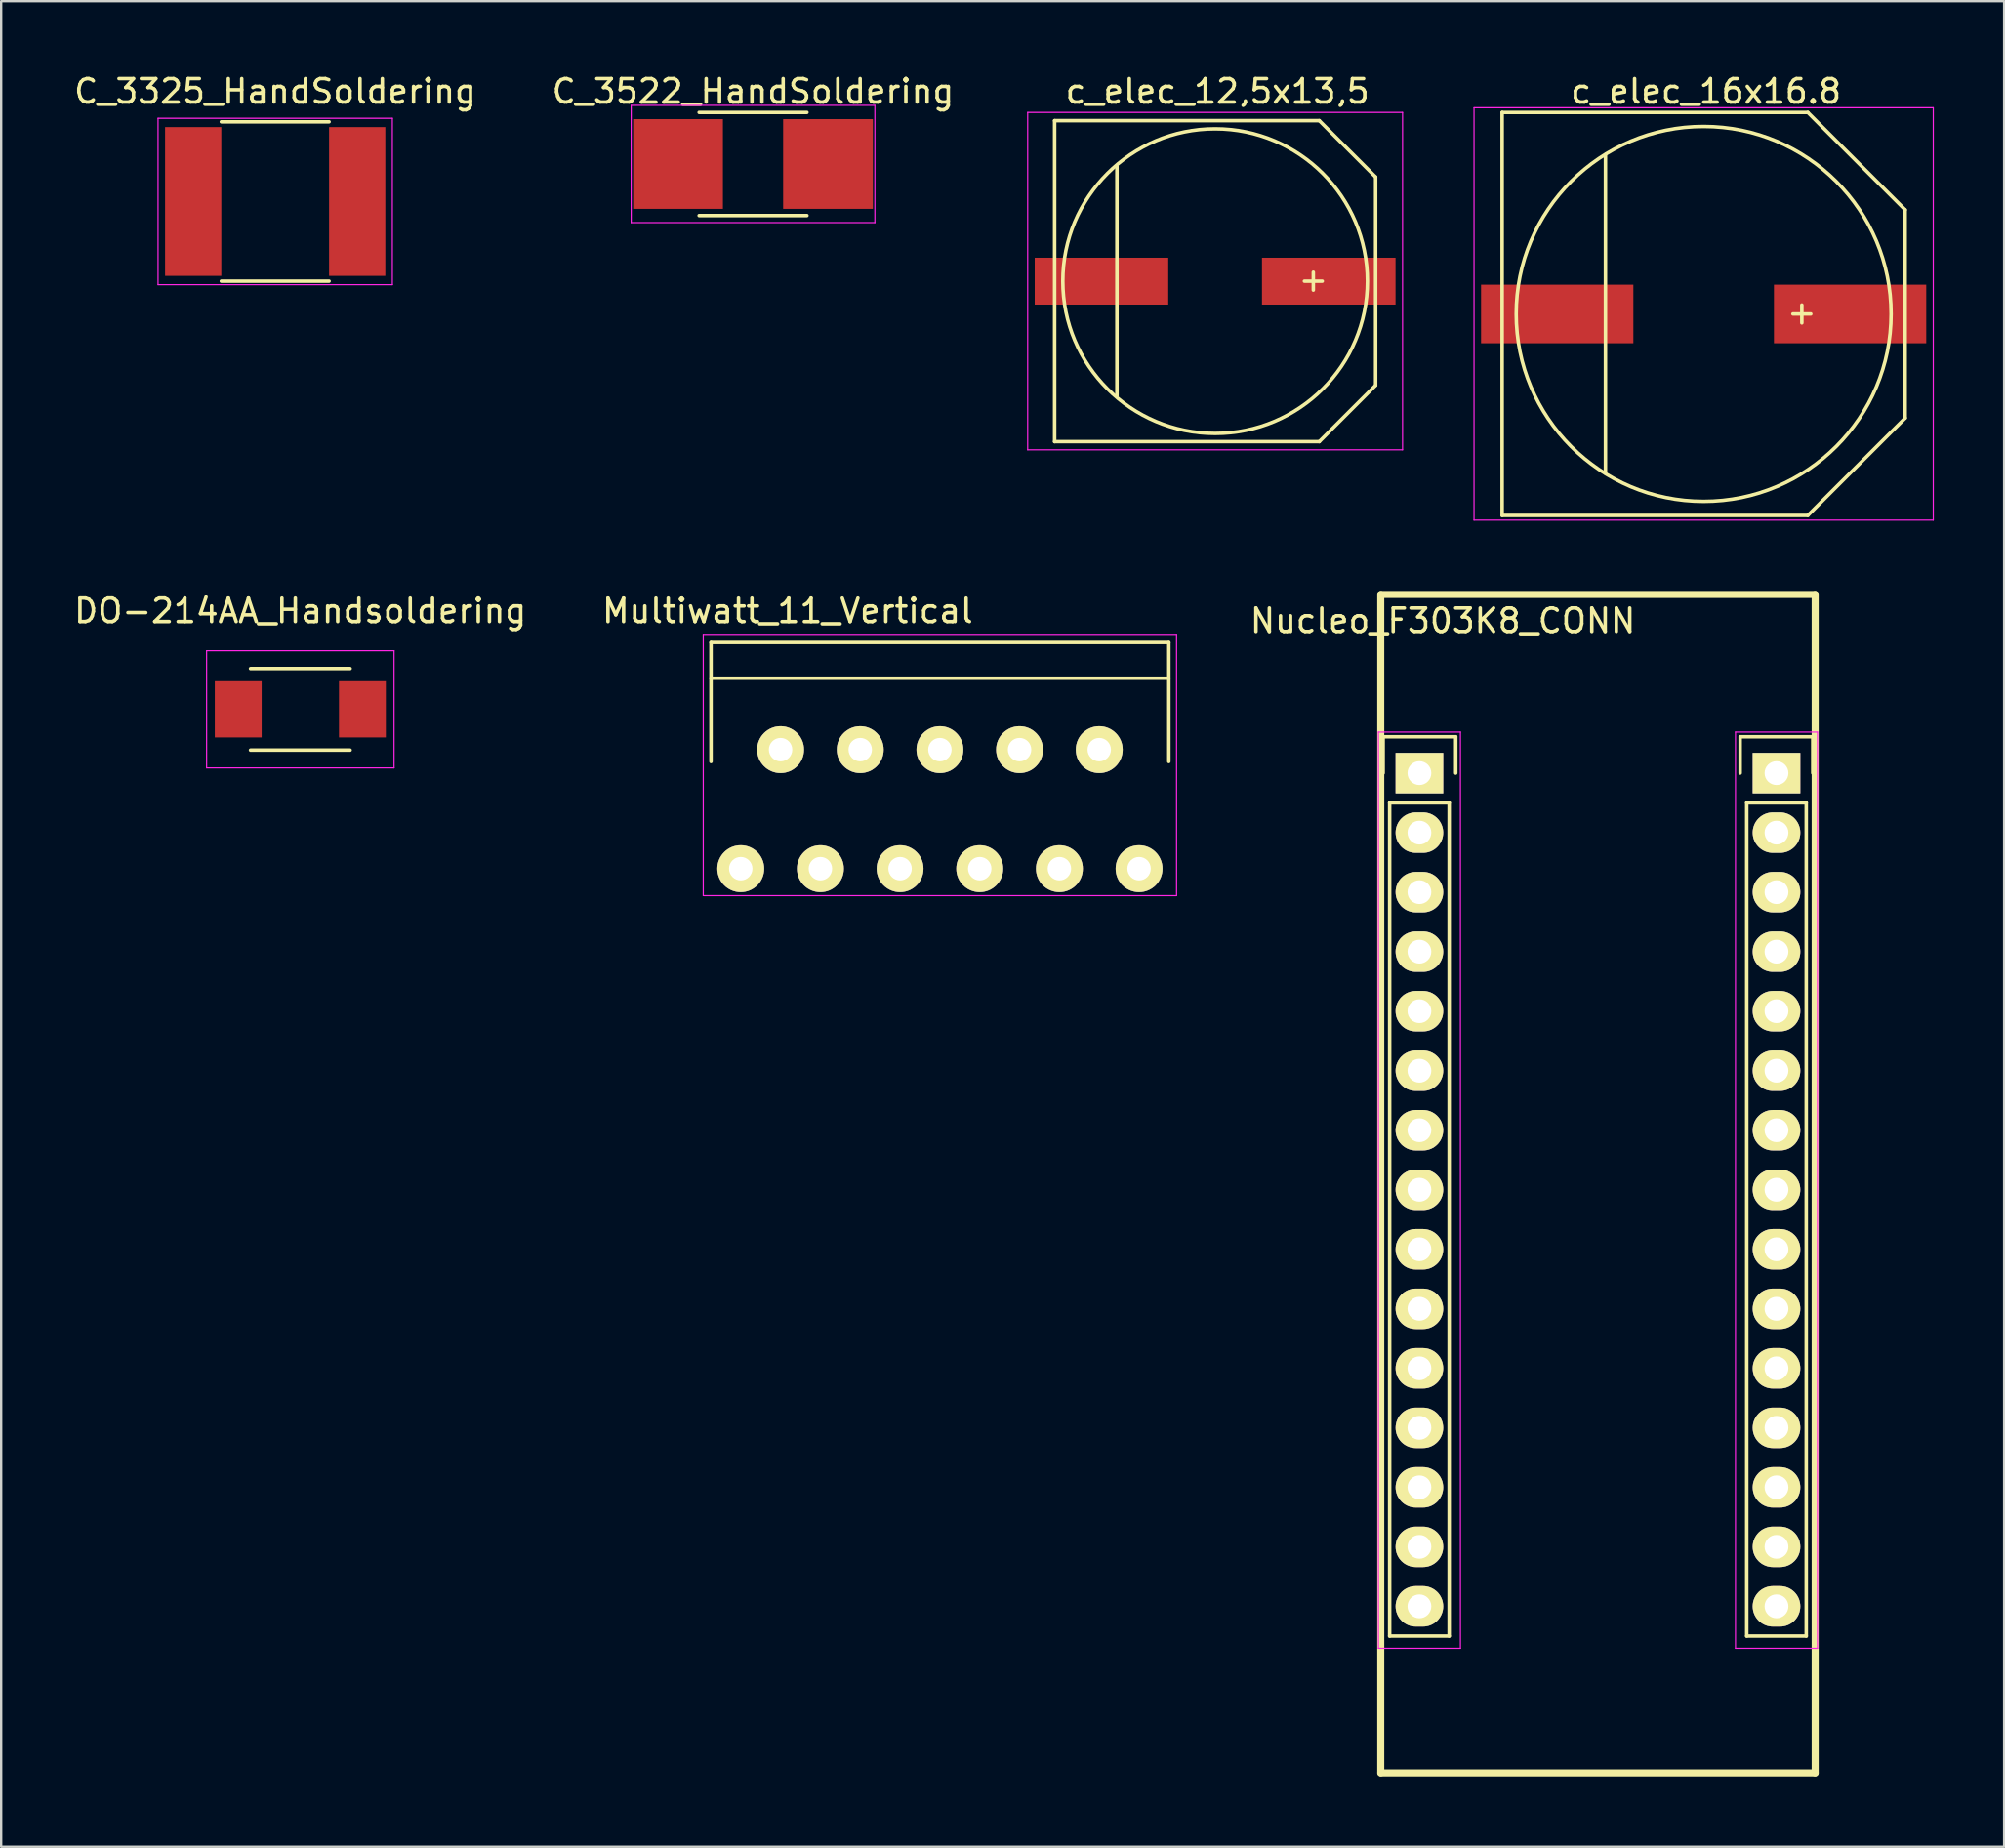
<source format=kicad_pcb>
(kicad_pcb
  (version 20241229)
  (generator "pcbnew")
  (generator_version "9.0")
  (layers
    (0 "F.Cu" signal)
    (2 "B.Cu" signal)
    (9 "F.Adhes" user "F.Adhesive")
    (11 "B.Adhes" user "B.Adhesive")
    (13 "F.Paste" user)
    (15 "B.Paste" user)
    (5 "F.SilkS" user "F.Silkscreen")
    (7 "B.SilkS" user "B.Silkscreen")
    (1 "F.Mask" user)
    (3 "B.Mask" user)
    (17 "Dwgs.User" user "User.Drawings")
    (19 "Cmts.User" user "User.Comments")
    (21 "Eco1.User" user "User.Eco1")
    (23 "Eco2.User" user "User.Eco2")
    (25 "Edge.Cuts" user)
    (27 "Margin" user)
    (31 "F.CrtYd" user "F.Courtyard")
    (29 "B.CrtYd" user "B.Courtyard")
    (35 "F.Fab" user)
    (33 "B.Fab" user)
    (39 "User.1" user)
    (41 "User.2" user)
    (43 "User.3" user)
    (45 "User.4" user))
  (footprint "C_3522_HandSoldering"
    (layer "F.Cu")
    (at 29.089 3.948)
    (property "Reference" "C_3522_HandSoldering" (at 0 -3.1 0) (layer "F.SilkS") (effects (font (size 1 1) (thickness 0.15))))
    (attr smd)
    (fp_line (start -2.3 2.2) (end 2.3 2.2) (stroke (width 0.15) (type solid)) (layer "F.SilkS"))
    (fp_line (start 2.3 -2.2) (end -2.3 -2.2) (stroke (width 0.15) (type solid)) (layer "F.SilkS"))
    (fp_line (start -5.2 -2.5) (end -5.2 2.5) (stroke (width 0.05) (type solid)) (layer "F.CrtYd"))
    (fp_line (start -5.2 -2.5) (end 5.2 -2.5) (stroke (width 0.05) (type solid)) (layer "F.CrtYd"))
    (fp_line (start -5.2 2.5) (end 5.2 2.5) (stroke (width 0.05) (type solid)) (layer "F.CrtYd"))
    (fp_line (start 5.2 -2.5) (end 5.2 2.5) (stroke (width 0.05) (type solid)) (layer "F.CrtYd"))
    (pad "1" smd rect (at -3.2 0) (size 3.83 3.83) (layers "F.Cu" "F.Mask" "F.Paste"))
    (pad "2" smd rect (at 3.2 0) (size 3.83 3.83) (layers "F.Cu" "F.Mask" "F.Paste")))
  (footprint "c_elec_16x16.8"
    (layer "F.Cu")
    (at 69.661 10.348)
    (property "Reference" "c_elec_16x16.8" (at 0.1 -9.5 0) (layer "F.SilkS") (effects (font (size 1 1) (thickness 0.15))))
    (attr smd)
    (fp_line (start -8.6 -8.6) (end -8.6 8.6) (stroke (width 0.15) (type solid)) (layer "F.SilkS"))
    (fp_line (start -8.6 8.6) (end 4.445 8.6) (stroke (width 0.15) (type solid)) (layer "F.SilkS"))
    (fp_line (start -4.191 -6.8) (end -4.191 6.8) (stroke (width 0.15) (type solid)) (layer "F.SilkS"))
    (fp_line (start 4.191 -0.381) (end 4.191 0.381) (stroke (width 0.15) (type solid)) (layer "F.SilkS"))
    (fp_line (start 4.445 -8.6) (end -8.6 -8.6) (stroke (width 0.15) (type solid)) (layer "F.SilkS"))
    (fp_line (start 4.445 8.6) (end 8.6 4.445) (stroke (width 0.15) (type solid)) (layer "F.SilkS"))
    (fp_line (start 4.572 0) (end 3.81 0) (stroke (width 0.15) (type solid)) (layer "F.SilkS"))
    (fp_line (start 8.6 -4.445) (end 4.445 -8.6) (stroke (width 0.15) (type solid)) (layer "F.SilkS"))
    (fp_line (start 8.6 4.445) (end 8.6 -4.445) (stroke (width 0.15) (type solid)) (layer "F.SilkS"))
    (fp_circle (center 0 0) (end 8 0) (stroke (width 0.15) (type solid)) (fill no) (layer "F.SilkS"))
    (fp_line (start -9.8 -8.8) (end 9.8 -8.8) (stroke (width 0.05) (type solid)) (layer "F.CrtYd"))
    (fp_line (start -9.8 8.8) (end -9.8 -8.8) (stroke (width 0.05) (type solid)) (layer "F.CrtYd"))
    (fp_line (start 9.8 -8.8) (end 9.8 8.8) (stroke (width 0.05) (type solid)) (layer "F.CrtYd"))
    (fp_line (start 9.8 8.8) (end -9.8 8.8) (stroke (width 0.05) (type solid)) (layer "F.CrtYd"))
    (pad "1" smd rect (at 6.25 0) (size 6.5 2.5) (layers "F.Cu" "F.Mask" "F.Paste"))
    (pad "2" smd rect (at -6.25 0) (size 6.5 2.5) (layers "F.Cu" "F.Mask" "F.Paste")))
  (footprint "Nucleo_F303K8_CONN"
    (layer "F.Cu")
    (at 57.53 29.943)
    (property "Reference" "Nucleo_F303K8_CONN" (at 1 -6.5 0) (layer "F.SilkS") (effects (font (size 1 1) (thickness 0.15))))
    (attr through_hole)
    (fp_line (start -1.65 -7.62) (end 16.89 -7.62) (stroke (width 0.3) (type solid)) (layer "F.SilkS"))
    (fp_line (start -1.65 42.67) (end -1.65 -7.62) (stroke (width 0.3) (type solid)) (layer "F.SilkS"))
    (fp_line (start -1.65 42.67) (end 16.89 42.67) (stroke (width 0.3) (type solid)) (layer "F.SilkS"))
    (fp_line (start -1.55 -1.55) (end 1.55 -1.55) (stroke (width 0.15) (type solid)) (layer "F.SilkS"))
    (fp_line (start -1.55 0) (end -1.55 -1.55) (stroke (width 0.15) (type solid)) (layer "F.SilkS"))
    (fp_line (start -1.27 1.27) (end -1.27 36.83) (stroke (width 0.15) (type solid)) (layer "F.SilkS"))
    (fp_line (start -1.27 36.83) (end 1.27 36.83) (stroke (width 0.15) (type solid)) (layer "F.SilkS"))
    (fp_line (start 1.27 1.27) (end -1.27 1.27) (stroke (width 0.15) (type solid)) (layer "F.SilkS"))
    (fp_line (start 1.27 36.83) (end 1.27 1.27) (stroke (width 0.15) (type solid)) (layer "F.SilkS"))
    (fp_line (start 1.55 -1.55) (end 1.55 0) (stroke (width 0.15) (type solid)) (layer "F.SilkS"))
    (fp_line (start 13.69 -1.55) (end 16.79 -1.55) (stroke (width 0.15) (type solid)) (layer "F.SilkS"))
    (fp_line (start 13.69 0) (end 13.69 -1.55) (stroke (width 0.15) (type solid)) (layer "F.SilkS"))
    (fp_line (start 13.97 1.27) (end 13.97 36.83) (stroke (width 0.15) (type solid)) (layer "F.SilkS"))
    (fp_line (start 13.97 36.83) (end 16.51 36.83) (stroke (width 0.15) (type solid)) (layer "F.SilkS"))
    (fp_line (start 16.51 1.27) (end 13.97 1.27) (stroke (width 0.15) (type solid)) (layer "F.SilkS"))
    (fp_line (start 16.51 36.83) (end 16.51 1.27) (stroke (width 0.15) (type solid)) (layer "F.SilkS"))
    (fp_line (start 16.79 -1.55) (end 16.79 0) (stroke (width 0.15) (type solid)) (layer "F.SilkS"))
    (fp_line (start 16.89 42.67) (end 16.89 -7.62) (stroke (width 0.3) (type solid)) (layer "F.SilkS"))
    (fp_line (start -1.75 -1.75) (end -1.75 37.35) (stroke (width 0.05) (type solid)) (layer "F.CrtYd"))
    (fp_line (start -1.75 -1.75) (end 1.75 -1.75) (stroke (width 0.05) (type solid)) (layer "F.CrtYd"))
    (fp_line (start -1.75 37.35) (end 1.75 37.35) (stroke (width 0.05) (type solid)) (layer "F.CrtYd"))
    (fp_line (start 1.75 -1.75) (end 1.75 37.35) (stroke (width 0.05) (type solid)) (layer "F.CrtYd"))
    (fp_line (start 13.49 -1.75) (end 13.49 37.35) (stroke (width 0.05) (type solid)) (layer "F.CrtYd"))
    (fp_line (start 13.49 -1.75) (end 16.99 -1.75) (stroke (width 0.05) (type solid)) (layer "F.CrtYd"))
    (fp_line (start 13.49 37.35) (end 16.99 37.35) (stroke (width 0.05) (type solid)) (layer "F.CrtYd"))
    (fp_line (start 16.99 -1.75) (end 16.99 37.35) (stroke (width 0.05) (type solid)) (layer "F.CrtYd"))
    (pad "1" thru_hole rect (at 0 0) (size 2.032 1.727) (drill 1.016) (layers "*.Cu" "*.Mask" "F.SilkS"))
    (pad "2" thru_hole rect (at 15.24 0) (size 2.032 1.727) (drill 1.016) (layers "*.Cu" "*.Mask" "F.SilkS"))
    (pad "3" thru_hole oval (at 0 2.54) (size 2.032 1.727) (drill 1.016) (layers "*.Cu" "*.Mask" "F.SilkS"))
    (pad "4" thru_hole oval (at 15.24 2.54) (size 2.032 1.727) (drill 1.016) (layers "*.Cu" "*.Mask" "F.SilkS"))
    (pad "5" thru_hole oval (at 0 5.08) (size 2.032 1.727) (drill 1.016) (layers "*.Cu" "*.Mask" "F.SilkS"))
    (pad "6" thru_hole oval (at 15.24 5.08) (size 2.032 1.727) (drill 1.016) (layers "*.Cu" "*.Mask" "F.SilkS"))
    (pad "7" thru_hole oval (at 0 7.62) (size 2.032 1.727) (drill 1.016) (layers "*.Cu" "*.Mask" "F.SilkS"))
    (pad "8" thru_hole oval (at 15.24 7.62) (size 2.032 1.727) (drill 1.016) (layers "*.Cu" "*.Mask" "F.SilkS"))
    (pad "9" thru_hole oval (at 0 10.16) (size 2.032 1.727) (drill 1.016) (layers "*.Cu" "*.Mask" "F.SilkS"))
    (pad "10" thru_hole oval (at 15.24 10.16) (size 2.032 1.727) (drill 1.016) (layers "*.Cu" "*.Mask" "F.SilkS"))
    (pad "11" thru_hole oval (at 0 12.7) (size 2.032 1.727) (drill 1.016) (layers "*.Cu" "*.Mask" "F.SilkS"))
    (pad "12" thru_hole oval (at 15.24 12.7) (size 2.032 1.727) (drill 1.016) (layers "*.Cu" "*.Mask" "F.SilkS"))
    (pad "13" thru_hole oval (at 0 15.24) (size 2.032 1.727) (drill 1.016) (layers "*.Cu" "*.Mask" "F.SilkS"))
    (pad "14" thru_hole oval (at 15.24 15.24) (size 2.032 1.727) (drill 1.016) (layers "*.Cu" "*.Mask" "F.SilkS"))
    (pad "15" thru_hole oval (at 0 17.78) (size 2.032 1.727) (drill 1.016) (layers "*.Cu" "*.Mask" "F.SilkS"))
    (pad "16" thru_hole oval (at 15.24 17.78) (size 2.032 1.727) (drill 1.016) (layers "*.Cu" "*.Mask" "F.SilkS"))
    (pad "17" thru_hole oval (at 0 20.32) (size 2.032 1.727) (drill 1.016) (layers "*.Cu" "*.Mask" "F.SilkS"))
    (pad "18" thru_hole oval (at 15.24 20.32) (size 2.032 1.727) (drill 1.016) (layers "*.Cu" "*.Mask" "F.SilkS"))
    (pad "19" thru_hole oval (at 0 22.86) (size 2.032 1.727) (drill 1.016) (layers "*.Cu" "*.Mask" "F.SilkS"))
    (pad "20" thru_hole oval (at 15.24 22.86) (size 2.032 1.727) (drill 1.016) (layers "*.Cu" "*.Mask" "F.SilkS"))
    (pad "21" thru_hole oval (at 0 25.4) (size 2.032 1.727) (drill 1.016) (layers "*.Cu" "*.Mask" "F.SilkS"))
    (pad "22" thru_hole oval (at 15.24 25.4) (size 2.032 1.727) (drill 1.016) (layers "*.Cu" "*.Mask" "F.SilkS"))
    (pad "23" thru_hole oval (at 0 27.94) (size 2.032 1.727) (drill 1.016) (layers "*.Cu" "*.Mask" "F.SilkS"))
    (pad "24" thru_hole oval (at 15.24 27.94) (size 2.032 1.727) (drill 1.016) (layers "*.Cu" "*.Mask" "F.SilkS"))
    (pad "25" thru_hole oval (at 0 30.48) (size 2.032 1.727) (drill 1.016) (layers "*.Cu" "*.Mask" "F.SilkS"))
    (pad "26" thru_hole oval (at 15.24 30.48) (size 2.032 1.727) (drill 1.016) (layers "*.Cu" "*.Mask" "F.SilkS"))
    (pad "27" thru_hole oval (at 0 33.02) (size 2.032 1.727) (drill 1.016) (layers "*.Cu" "*.Mask" "F.SilkS"))
    (pad "28" thru_hole oval (at 15.24 33.02) (size 2.032 1.727) (drill 1.016) (layers "*.Cu" "*.Mask" "F.SilkS"))
    (pad "29" thru_hole oval (at 0 35.56) (size 2.032 1.727) (drill 1.016) (layers "*.Cu" "*.Mask" "F.SilkS"))
    (pad "30" thru_hole oval (at 15.24 35.56) (size 2.032 1.727) (drill 1.016) (layers "*.Cu" "*.Mask" "F.SilkS")))
  (footprint "Multiwatt_11_Vertical"
    (layer "F.Cu")
    (at 28.565 34.022)
    (property "Reference" "Multiwatt_11_Vertical" (at 2 -11 0) (layer "F.SilkS") (effects (font (size 1 1) (thickness 0.15))))
    (attr through_hole)
    (fp_line (start -1.27 -9.652) (end -1.27 -4.572) (stroke (width 0.15) (type solid)) (layer "F.SilkS"))
    (fp_line (start -1.27 -9.652) (end 18.27 -9.652) (stroke (width 0.15) (type solid)) (layer "F.SilkS"))
    (fp_line (start 18.27 -9.652) (end 18.27 -4.572) (stroke (width 0.15) (type solid)) (layer "F.SilkS"))
    (fp_line (start 18.27 -8.128) (end -1.27 -8.128) (stroke (width 0.15) (type solid)) (layer "F.SilkS"))
    (fp_line (start -1.6 -10) (end 18.6 -10) (stroke (width 0.05) (type solid)) (layer "F.CrtYd"))
    (fp_line (start -1.6 1.15) (end -1.6 -10) (stroke (width 0.05) (type solid)) (layer "F.CrtYd"))
    (fp_line (start 18.6 -10) (end 18.6 1.15) (stroke (width 0.05) (type solid)) (layer "F.CrtYd"))
    (fp_line (start 18.6 1.15) (end -1.6 1.15) (stroke (width 0.05) (type solid)) (layer "F.CrtYd"))
    (pad "1" thru_hole oval (at 0 0) (size 2 2) (drill 1) (layers "*.Cu" "*.Mask" "F.SilkS"))
    (pad "2" thru_hole oval (at 1.7 -5.08) (size 2 2) (drill 1) (layers "*.Cu" "*.Mask" "F.SilkS"))
    (pad "3" thru_hole oval (at 3.4 0) (size 2 2) (drill 1) (layers "*.Cu" "*.Mask" "F.SilkS"))
    (pad "4" thru_hole oval (at 5.1 -5.08) (size 2 2) (drill 1) (layers "*.Cu" "*.Mask" "F.SilkS"))
    (pad "5" thru_hole oval (at 6.8 0) (size 2 2) (drill 1) (layers "*.Cu" "*.Mask" "F.SilkS"))
    (pad "6" thru_hole oval (at 8.5 -5.08) (size 2 2) (drill 1) (layers "*.Cu" "*.Mask" "F.SilkS"))
    (pad "7" thru_hole oval (at 10.2 0) (size 2 2) (drill 1) (layers "*.Cu" "*.Mask" "F.SilkS"))
    (pad "8" thru_hole oval (at 11.9 -5.08) (size 2 2) (drill 1) (layers "*.Cu" "*.Mask" "F.SilkS"))
    (pad "9" thru_hole oval (at 13.6 0) (size 2 2) (drill 1) (layers "*.Cu" "*.Mask" "F.SilkS"))
    (pad "10" thru_hole oval (at 15.3 -5.08) (size 2 2) (drill 1) (layers "*.Cu" "*.Mask" "F.SilkS"))
    (pad "11" thru_hole oval (at 17 0) (size 2 2) (drill 1) (layers "*.Cu" "*.Mask" "F.SilkS")))
  (footprint "DO-214AA_Handsoldering"
    (layer "F.Cu")
    (at 9.768 27.221)
    (property "Reference" "DO-214AA_Handsoldering" (at 0 -4.2 0) (layer "F.SilkS") (effects (font (size 1 1) (thickness 0.15))))
    (attr smd)
    (fp_line (start -2.125 -1.74) (end 2.125 -1.74) (stroke (width 0.15) (type solid)) (layer "F.SilkS"))
    (fp_line (start 2.125 1.74) (end -2.125 1.74) (stroke (width 0.15) (type solid)) (layer "F.SilkS"))
    (fp_line (start -4 -2.5) (end 4 -2.5) (stroke (width 0.05) (type solid)) (layer "F.CrtYd"))
    (fp_line (start -4 2.5) (end -4 -2.5) (stroke (width 0.05) (type solid)) (layer "F.CrtYd"))
    (fp_line (start 4 -2.5) (end 4 2.5) (stroke (width 0.05) (type solid)) (layer "F.CrtYd"))
    (fp_line (start 4 2.5) (end -4 2.5) (stroke (width 0.05) (type solid)) (layer "F.CrtYd"))
    (pad "1" smd rect (at -2.65 0) (size 2 2.4) (layers "F.Cu" "F.Mask" "F.Paste"))
    (pad "2" smd rect (at 2.65 0) (size 2 2.4) (layers "F.Cu" "F.Mask" "F.Paste")))
  (footprint "c_elec_12,5x13,5"
    (layer "F.Cu")
    (at 48.811 8.948)
    (property "Reference" "c_elec_12,5x13,5" (at 0.1 -8.1 0) (layer "F.SilkS") (effects (font (size 1 1) (thickness 0.15))))
    (attr smd)
    (fp_line (start -6.85 -6.85) (end -6.85 6.85) (stroke (width 0.15) (type solid)) (layer "F.SilkS"))
    (fp_line (start -6.85 6.85) (end 4.445 6.85) (stroke (width 0.15) (type solid)) (layer "F.SilkS"))
    (fp_line (start -4.191 -4.9) (end -4.191 4.9) (stroke (width 0.15) (type solid)) (layer "F.SilkS"))
    (fp_line (start 4.191 -0.381) (end 4.191 0.381) (stroke (width 0.15) (type solid)) (layer "F.SilkS"))
    (fp_line (start 4.445 -6.85) (end -6.85 -6.85) (stroke (width 0.15) (type solid)) (layer "F.SilkS"))
    (fp_line (start 4.445 6.85) (end 6.85 4.445) (stroke (width 0.15) (type solid)) (layer "F.SilkS"))
    (fp_line (start 4.572 0) (end 3.81 0) (stroke (width 0.15) (type solid)) (layer "F.SilkS"))
    (fp_line (start 6.85 -4.445) (end 4.445 -6.85) (stroke (width 0.15) (type solid)) (layer "F.SilkS"))
    (fp_line (start 6.85 4.445) (end 6.85 -4.445) (stroke (width 0.15) (type solid)) (layer "F.SilkS"))
    (fp_circle (center 0 0) (end 6.5 0) (stroke (width 0.15) (type solid)) (fill no) (layer "F.SilkS"))
    (fp_line (start -8 -7.2) (end 8 -7.2) (stroke (width 0.05) (type solid)) (layer "F.CrtYd"))
    (fp_line (start -8 7.2) (end -8 -7.2) (stroke (width 0.05) (type solid)) (layer "F.CrtYd"))
    (fp_line (start 8 -7.2) (end 8 7.2) (stroke (width 0.05) (type solid)) (layer "F.CrtYd"))
    (fp_line (start 8 7.2) (end -8 7.2) (stroke (width 0.05) (type solid)) (layer "F.CrtYd"))
    (pad "1" smd rect (at 4.85 0) (size 5.7 2) (layers "F.Cu" "F.Mask" "F.Paste"))
    (pad "2" smd rect (at -4.85 0) (size 5.7 2) (layers "F.Cu" "F.Mask" "F.Paste")))
  (footprint "C_3325_HandSoldering"
    (layer "F.Cu")
    (at 8.696 5.548)
    (property "Reference" "C_3325_HandSoldering" (at 0 -4.7 0) (layer "F.SilkS") (effects (font (size 1 1) (thickness 0.15))))
    (attr smd)
    (fp_line (start -2.3 3.4) (end 2.3 3.4) (stroke (width 0.15) (type solid)) (layer "F.SilkS"))
    (fp_line (start 2.3 -3.4) (end -2.3 -3.4) (stroke (width 0.15) (type solid)) (layer "F.SilkS"))
    (fp_line (start -5 -3.55) (end -5 3.55) (stroke (width 0.05) (type solid)) (layer "F.CrtYd"))
    (fp_line (start -5 -3.55) (end 5 -3.55) (stroke (width 0.05) (type solid)) (layer "F.CrtYd"))
    (fp_line (start -5 3.55) (end 5 3.55) (stroke (width 0.05) (type solid)) (layer "F.CrtYd"))
    (fp_line (start 5 -3.55) (end 5 3.55) (stroke (width 0.05) (type solid)) (layer "F.CrtYd"))
    (pad "1" smd rect (at -3.5 0) (size 2.4 6.35) (layers "F.Cu" "F.Mask" "F.Paste"))
    (pad "2" smd rect (at 3.5 0) (size 2.4 6.35) (layers "F.Cu" "F.Mask" "F.Paste")))
  (gr_rect
    (start -3 -3)
    (end 82.486 75.763)
    (stroke (width 0.1) (type default))
    (fill no)
    (layer "Edge.Cuts")))
</source>
